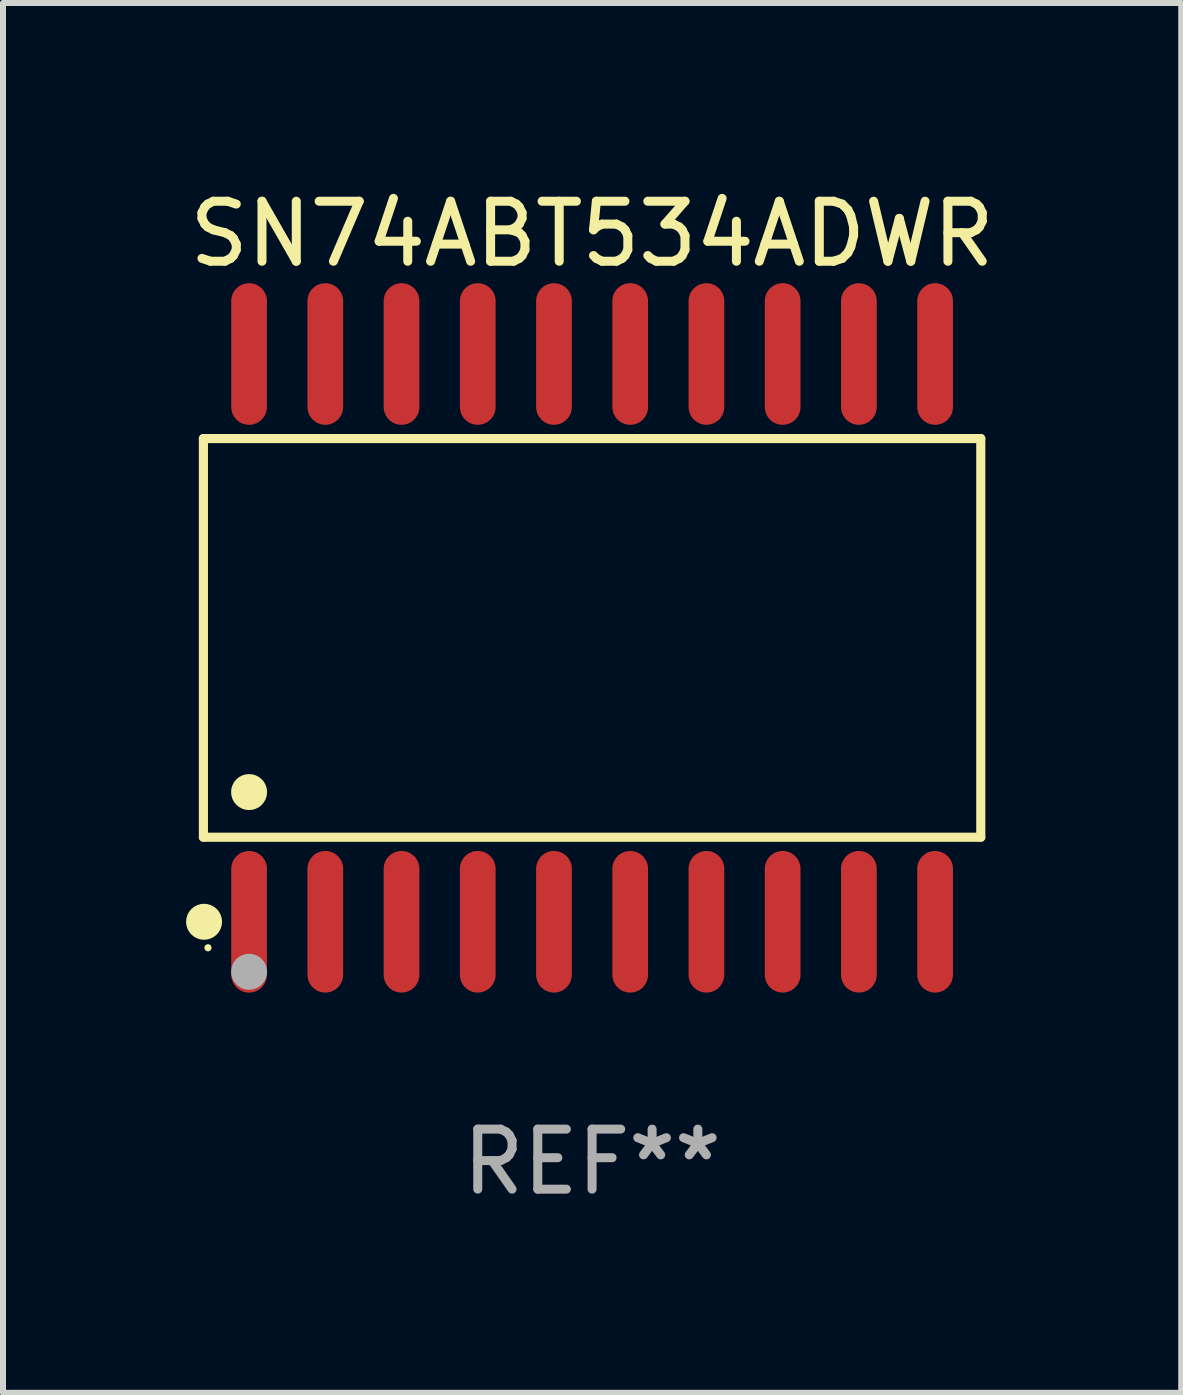
<source format=kicad_pcb>
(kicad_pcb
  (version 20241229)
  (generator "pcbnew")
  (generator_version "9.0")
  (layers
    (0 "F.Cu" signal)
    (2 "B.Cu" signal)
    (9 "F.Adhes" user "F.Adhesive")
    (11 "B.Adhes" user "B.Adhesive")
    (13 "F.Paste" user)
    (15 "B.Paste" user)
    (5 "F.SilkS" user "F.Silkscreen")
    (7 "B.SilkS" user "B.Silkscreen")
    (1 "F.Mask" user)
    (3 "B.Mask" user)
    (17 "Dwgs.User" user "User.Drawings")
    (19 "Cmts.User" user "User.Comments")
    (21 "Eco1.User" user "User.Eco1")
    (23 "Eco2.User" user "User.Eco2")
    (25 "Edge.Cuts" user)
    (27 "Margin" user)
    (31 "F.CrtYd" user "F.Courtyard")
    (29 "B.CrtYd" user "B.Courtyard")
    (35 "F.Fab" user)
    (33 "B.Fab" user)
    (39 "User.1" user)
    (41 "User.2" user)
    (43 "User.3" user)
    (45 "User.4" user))
  (footprint "SN74ABT534ADWR"
    (layer "F.Cu")
    (at 6.815 7.578)
    (property "Reference" "SN74ABT534ADWR" (at 0 -6.73 0) (layer "F.SilkS") (effects (font (size 1 1) (thickness 0.15))))
    (attr through_hole)
    (fp_line (start -6.476 -3.321) (end 6.476 -3.321) (stroke (width 0.152) (type solid)) (layer "F.SilkS"))
    (fp_line (start -6.476 3.321) (end -6.476 -3.321) (stroke (width 0.152) (type solid)) (layer "F.SilkS"))
    (fp_line (start 6.476 -3.321) (end 6.476 3.321) (stroke (width 0.152) (type solid)) (layer "F.SilkS"))
    (fp_line (start 6.476 3.321) (end -6.476 3.321) (stroke (width 0.152) (type solid)) (layer "F.SilkS"))
    (fp_circle (center -6.465 4.73) (end -6.315 4.73) (stroke (width 0.3) (type solid)) (fill no) (layer "F.SilkS"))
    (fp_circle (center -6.4 5.163) (end -6.37 5.163) (stroke (width 0.06) (type solid)) (fill no) (layer "F.SilkS"))
    (fp_circle (center -5.715 2.569) (end -5.565 2.569) (stroke (width 0.3) (type solid)) (fill no) (layer "F.SilkS"))
    (fp_circle (center -5.715 5.563) (end -5.565 5.563) (stroke (width 0.3) (type solid)) (fill no) (layer "F.Fab"))
    (fp_text user "REF**" (at 0 8.73 0) (layer "F.Fab") (effects (font (size 1 1) (thickness 0.15))))
    (pad "1" smd oval (at -5.715 4.73) (size 0.595 2.36) (layers "F.Cu" "F.Mask" "F.Paste"))
    (pad "2" smd oval (at -4.445 4.73) (size 0.595 2.36) (layers "F.Cu" "F.Mask" "F.Paste"))
    (pad "3" smd oval (at -3.175 4.73) (size 0.595 2.36) (layers "F.Cu" "F.Mask" "F.Paste"))
    (pad "4" smd oval (at -1.905 4.73) (size 0.595 2.36) (layers "F.Cu" "F.Mask" "F.Paste"))
    (pad "5" smd oval (at -0.635 4.73) (size 0.595 2.36) (layers "F.Cu" "F.Mask" "F.Paste"))
    (pad "6" smd oval (at 0.635 4.73) (size 0.595 2.36) (layers "F.Cu" "F.Mask" "F.Paste"))
    (pad "7" smd oval (at 1.905 4.73) (size 0.595 2.36) (layers "F.Cu" "F.Mask" "F.Paste"))
    (pad "8" smd oval (at 3.175 4.73) (size 0.595 2.36) (layers "F.Cu" "F.Mask" "F.Paste"))
    (pad "9" smd oval (at 4.445 4.73) (size 0.595 2.36) (layers "F.Cu" "F.Mask" "F.Paste"))
    (pad "10" smd oval (at 5.715 4.73) (size 0.595 2.36) (layers "F.Cu" "F.Mask" "F.Paste"))
    (pad "11" smd oval (at 5.715 -4.73) (size 0.595 2.36) (layers "F.Cu" "F.Mask" "F.Paste"))
    (pad "12" smd oval (at 4.445 -4.73) (size 0.595 2.36) (layers "F.Cu" "F.Mask" "F.Paste"))
    (pad "13" smd oval (at 3.175 -4.73) (size 0.595 2.36) (layers "F.Cu" "F.Mask" "F.Paste"))
    (pad "14" smd oval (at 1.905 -4.73) (size 0.595 2.36) (layers "F.Cu" "F.Mask" "F.Paste"))
    (pad "15" smd oval (at 0.635 -4.73) (size 0.595 2.36) (layers "F.Cu" "F.Mask" "F.Paste"))
    (pad "16" smd oval (at -0.635 -4.73) (size 0.595 2.36) (layers "F.Cu" "F.Mask" "F.Paste"))
    (pad "17" smd oval (at -1.905 -4.73) (size 0.595 2.36) (layers "F.Cu" "F.Mask" "F.Paste"))
    (pad "18" smd oval (at -3.175 -4.73) (size 0.595 2.36) (layers "F.Cu" "F.Mask" "F.Paste"))
    (pad "19" smd oval (at -4.445 -4.73) (size 0.595 2.36) (layers "F.Cu" "F.Mask" "F.Paste"))
    (pad "20" smd oval (at -5.715 -4.73) (size 0.595 2.36) (layers "F.Cu" "F.Mask" "F.Paste")))
  (gr_rect
    (start -3 -3)
    (end 16.631 20.156)
    (stroke (width 0.1) (type default))
    (fill no)
    (layer "Edge.Cuts")))
</source>
